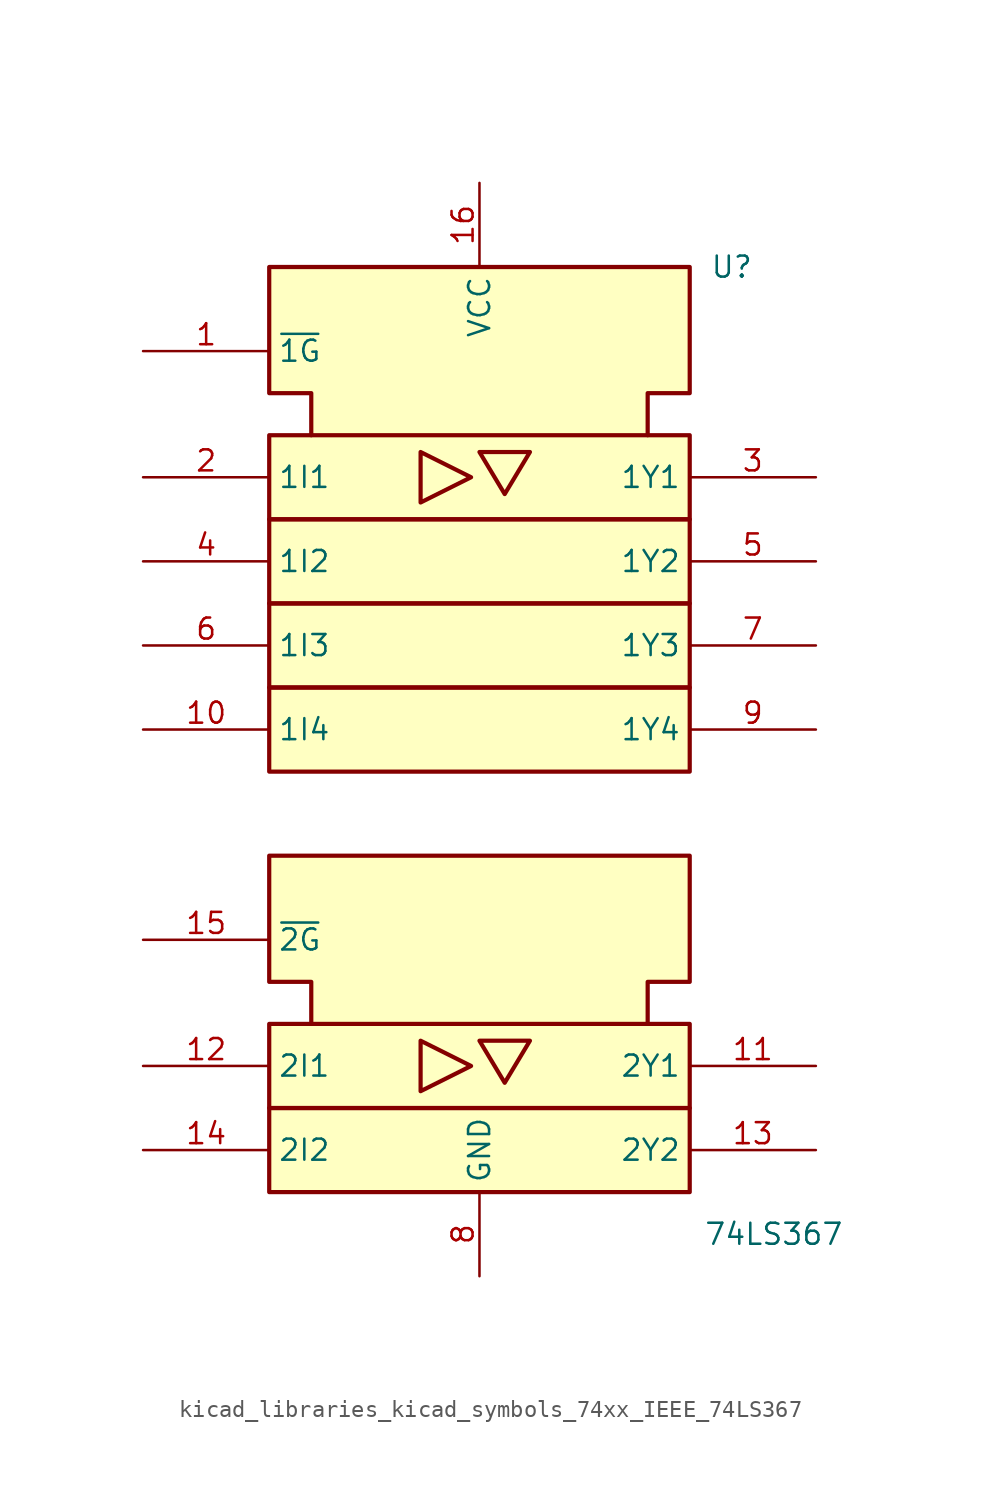
<source format=kicad_sym>
(kicad_symbol_lib
  (version 20220914)
  (generator kicad_symbol_editor)
  (symbol "kicad_libraries_kicad_symbols_74xx_IEEE_74LS367"
    (property "Reference" "U"
      (at 15.24 17.78 0)
      (effects (font (size 1.27 1.27))))
    (property "Value" "74LS367"
      (at 17.78 -40.64 0)
      (effects (font (size 1.27 1.27))))
    (symbol "kicad_libraries_kicad_symbols_74xx_IEEE_74LS367_0_0"
      (rectangle (start -12.7 -33.02) (end 12.7 -38.1) (stroke (width 0.254) (type default)) (fill (type background)))
      (rectangle (start -12.7 -27.94) (end 12.7 -33.02) (stroke (width 0.254) (type default)) (fill (type background)))
      (rectangle (start -12.7 -7.62) (end 12.7 -12.7) (stroke (width 0.254) (type default)) (fill (type background)))
      (rectangle (start -12.7 -2.54) (end 12.7 -7.62) (stroke (width 0.254) (type default)) (fill (type background)))
      (rectangle (start -12.7 2.54) (end 12.7 -2.54) (stroke (width 0.254) (type default)) (fill (type background)))
      (rectangle (start -12.7 7.62) (end 12.7 2.54) (stroke (width 0.254) (type default)) (fill (type background)))
      (polyline (pts (xy -3.556 -28.956) (xy -3.556 -32.004) (xy -0.508 -30.48) (xy -3.556 -28.956) (xy -3.556 -28.956)) (stroke (width 0.254) (type default)) (fill (type background)))
      (polyline (pts (xy -3.556 6.604) (xy -0.508 5.08) (xy -3.556 3.556) (xy -3.556 6.604) (xy -3.556 6.604)) (stroke (width 0.254) (type default)) (fill (type background)))
      (polyline (pts (xy -10.16 -27.94) (xy -10.16 -25.4) (xy -12.7 -25.4) (xy -12.7 -17.78) (xy 12.7 -17.78) (xy 12.7 -25.4) (xy 10.16 -25.4) (xy 10.16 -27.94) (xy 10.16 -27.94)) (stroke (width 0.254) (type default)) (fill (type background)))
      (polyline (pts (xy -10.16 7.62) (xy -10.16 10.16) (xy -12.7 10.16) (xy -12.7 17.78) (xy 12.7 17.78) (xy 12.7 10.16) (xy 10.16 10.16) (xy 10.16 7.62) (xy 10.16 7.62)) (stroke (width 0.254) (type default)) (fill (type background)))
      (pin power_in line (at 0 22.86 270) (length 5.08) (name "VCC" (effects (font (size 1.27 1.27)))) (number "16" (effects (font (size 1.27 1.27)))))
      (pin power_in line (at 0 -43.18 90) (length 5.08) (name "GND" (effects (font (size 1.27 1.27)))) (number "8" (effects (font (size 1.27 1.27))))))
    (symbol "kicad_libraries_kicad_symbols_74xx_IEEE_74LS367_0_1"
      (polyline (pts (xy 0 -28.956) (xy 3.048 -28.956) (xy 1.524 -31.496) (xy 0 -28.956) (xy 0 -28.956)) (stroke (width 0.254) (type default)) (fill (type background)))
      (polyline (pts (xy 0 6.604) (xy 3.048 6.604) (xy 1.524 4.064) (xy 0 6.604) (xy 0 6.604)) (stroke (width 0.254) (type default)) (fill (type background))))
    (symbol "kicad_libraries_kicad_symbols_74xx_IEEE_74LS367_1_1"
      (pin input line (at -20.32 12.7 0) (length 7.62) (name "~{1G}" (effects (font (size 1.27 1.27)))) (number "1" (effects (font (size 1.27 1.27)))))
      (pin input line (at -20.32 -10.16 0) (length 7.62) (name "1I4" (effects (font (size 1.27 1.27)))) (number "10" (effects (font (size 1.27 1.27)))))
      (pin tri_state line (at 20.32 -30.48 180) (length 7.62) (name "2Y1" (effects (font (size 1.27 1.27)))) (number "11" (effects (font (size 1.27 1.27)))))
      (pin input line (at -20.32 -30.48 0) (length 7.62) (name "2I1" (effects (font (size 1.27 1.27)))) (number "12" (effects (font (size 1.27 1.27)))))
      (pin tri_state line (at 20.32 -35.56 180) (length 7.62) (name "2Y2" (effects (font (size 1.27 1.27)))) (number "13" (effects (font (size 1.27 1.27)))))
      (pin input line (at -20.32 -35.56 0) (length 7.62) (name "2I2" (effects (font (size 1.27 1.27)))) (number "14" (effects (font (size 1.27 1.27)))))
      (pin input line (at -20.32 -22.86 0) (length 7.62) (name "~{2G}" (effects (font (size 1.27 1.27)))) (number "15" (effects (font (size 1.27 1.27)))))
      (pin input line (at -20.32 5.08 0) (length 7.62) (name "1I1" (effects (font (size 1.27 1.27)))) (number "2" (effects (font (size 1.27 1.27)))))
      (pin tri_state line (at 20.32 5.08 180) (length 7.62) (name "1Y1" (effects (font (size 1.27 1.27)))) (number "3" (effects (font (size 1.27 1.27)))))
      (pin input line (at -20.32 0 0) (length 7.62) (name "1I2" (effects (font (size 1.27 1.27)))) (number "4" (effects (font (size 1.27 1.27)))))
      (pin tri_state line (at 20.32 0 180) (length 7.62) (name "1Y2" (effects (font (size 1.27 1.27)))) (number "5" (effects (font (size 1.27 1.27)))))
      (pin input line (at -20.32 -5.08 0) (length 7.62) (name "1I3" (effects (font (size 1.27 1.27)))) (number "6" (effects (font (size 1.27 1.27)))))
      (pin tri_state line (at 20.32 -5.08 180) (length 7.62) (name "1Y3" (effects (font (size 1.27 1.27)))) (number "7" (effects (font (size 1.27 1.27)))))
      (pin tri_state line (at 20.32 -10.16 180) (length 7.62) (name "1Y4" (effects (font (size 1.27 1.27)))) (number "9" (effects (font (size 1.27 1.27))))))))
</source>
